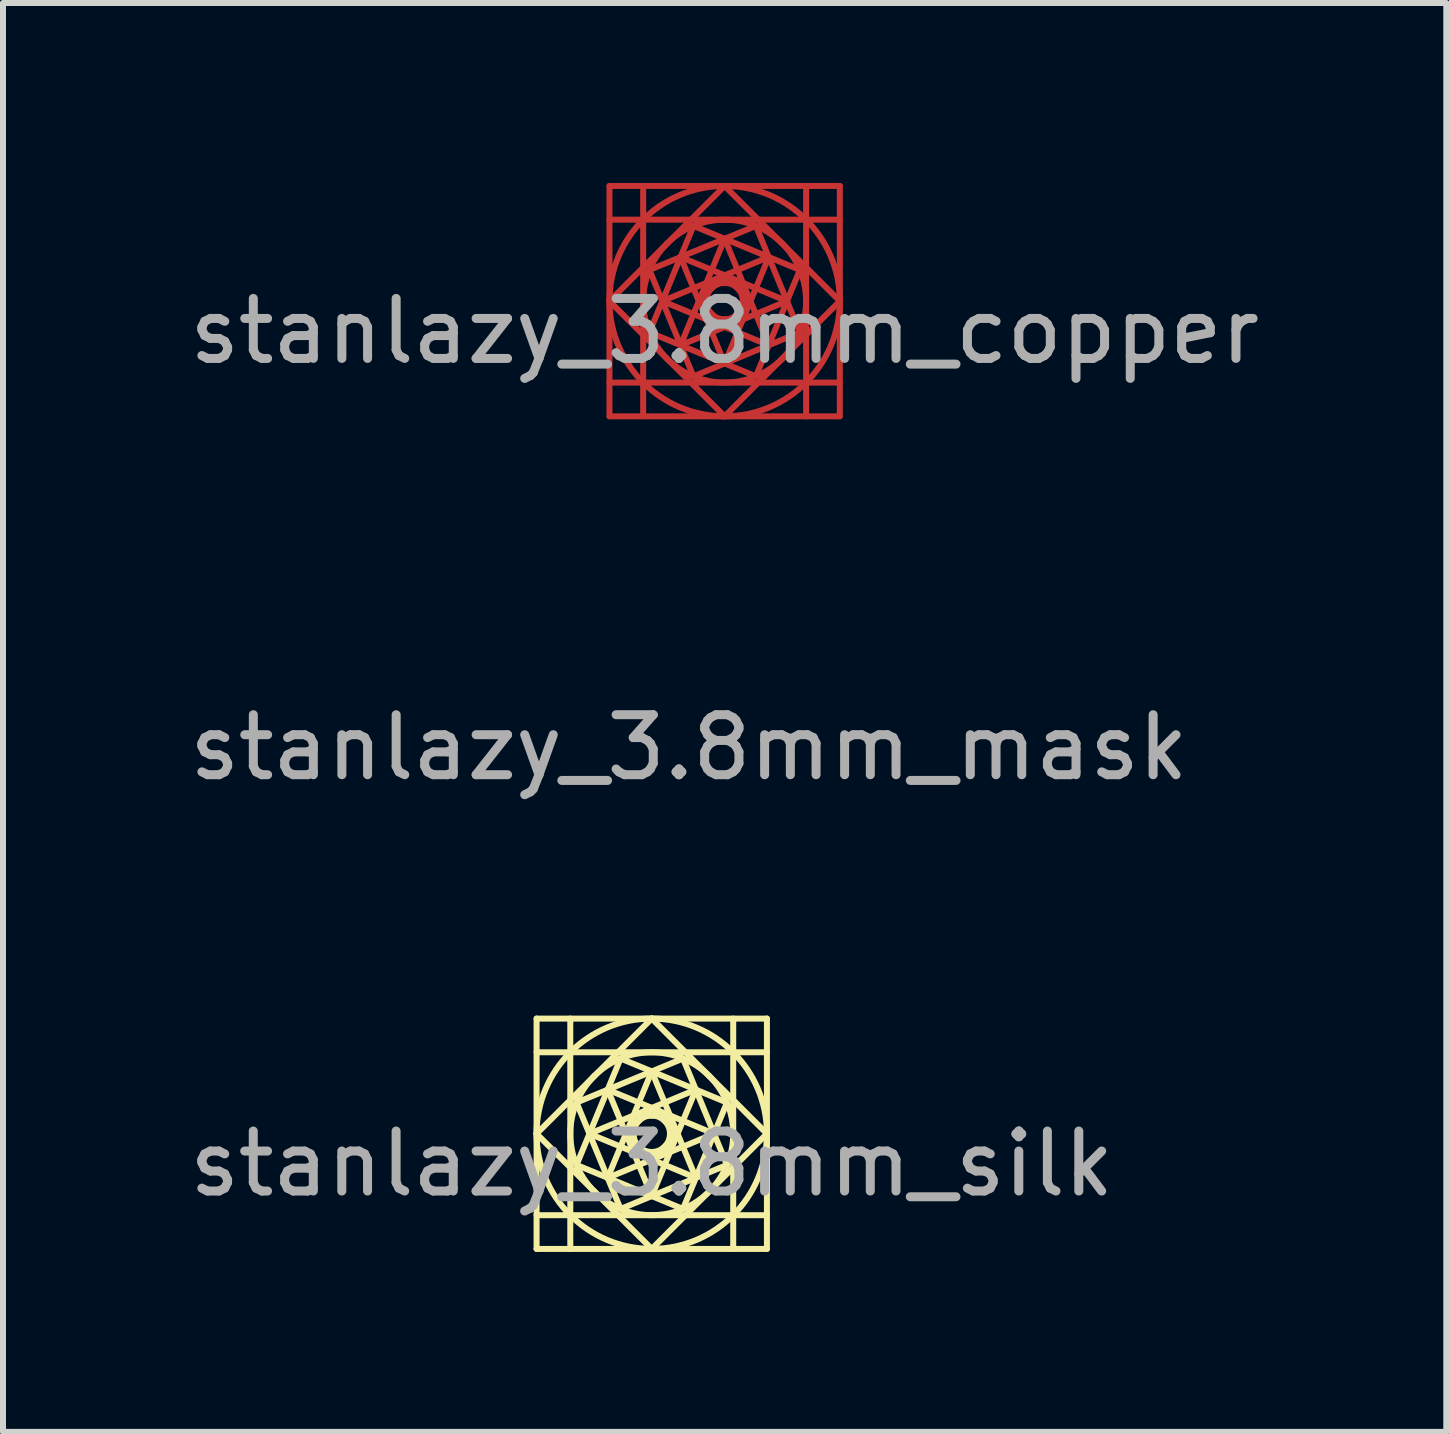
<source format=kicad_pcb>
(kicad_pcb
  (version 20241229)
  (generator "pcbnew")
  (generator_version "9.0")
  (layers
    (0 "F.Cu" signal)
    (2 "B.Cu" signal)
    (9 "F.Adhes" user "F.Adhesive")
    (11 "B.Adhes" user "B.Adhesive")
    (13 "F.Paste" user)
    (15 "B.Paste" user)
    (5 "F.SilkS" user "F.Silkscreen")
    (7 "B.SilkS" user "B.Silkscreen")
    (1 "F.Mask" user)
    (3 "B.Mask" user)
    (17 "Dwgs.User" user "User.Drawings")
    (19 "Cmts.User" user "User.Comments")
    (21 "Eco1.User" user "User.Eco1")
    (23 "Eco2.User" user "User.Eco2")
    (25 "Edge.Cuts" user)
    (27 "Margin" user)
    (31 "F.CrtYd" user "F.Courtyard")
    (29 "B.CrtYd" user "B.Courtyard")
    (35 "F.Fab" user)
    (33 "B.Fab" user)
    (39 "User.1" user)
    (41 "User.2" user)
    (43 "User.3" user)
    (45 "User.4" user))
  (footprint "stanlazy_3.8mm_mask"
    (layer "F.Cu")
    (at 8.435 8.91)
    (property "Reference" "stanlazy_3.8mm_mask" (at 0 0.5 0) (layer "F.Fab") (effects (font (size 1 1) (thickness 0.15))))
    (attr board_only exclude_from_pos_files exclude_from_bom)
    (fp_line (start -1.92 0) (end 0 -1.92) (stroke (width 0.1) (type solid)) (layer "F.Mask"))
    (fp_line (start -1.92 -1.92) (end 1.92 -1.92) (stroke (width 0.1) (type solid)) (layer "F.Mask"))
    (fp_line (start -1.92 -1.358) (end -1.358 -1.358) (stroke (width 0.1) (type solid)) (layer "F.Mask"))
    (fp_line (start -1.92 1.358) (end -1.358 1.358) (stroke (width 0.1) (type solid)) (layer "F.Mask"))
    (fp_line (start -1.92 1.92) (end -1.92 -1.92) (stroke (width 0.1) (type solid)) (layer "F.Mask"))
    (fp_line (start -1.358 -1.92) (end -1.358 -1.358) (stroke (width 0.1) (type solid)) (layer "F.Mask"))
    (fp_line (start -1.358 -1.358) (end 1.358 -1.358) (stroke (width 0.1) (type solid)) (layer "F.Mask"))
    (fp_line (start -1.358 1.358) (end -1.358 -1.358) (stroke (width 0.1) (type solid)) (layer "F.Mask"))
    (fp_line (start -1.358 1.92) (end -1.358 1.358) (stroke (width 0.1) (type solid)) (layer "F.Mask"))
    (fp_line (start -1.254 -0.52) (end 0.52 -1.254) (stroke (width 0.1) (type solid)) (layer "F.Mask"))
    (fp_line (start -1.254 0.52) (end -0.52 -1.254) (stroke (width 0.1) (type solid)) (layer "F.Mask"))
    (fp_line (start -1.039 0) (end 0.735 -0.735) (stroke (width 0.1) (type solid)) (layer "F.Mask"))
    (fp_line (start -0.735 -0.735) (end 0 1.039) (stroke (width 0.1) (type solid)) (layer "F.Mask"))
    (fp_line (start -0.735 -0.735) (end 1.039 0) (stroke (width 0.1) (type solid)) (layer "F.Mask"))
    (fp_line (start -0.735 0.735) (end 0 -1.039) (stroke (width 0.1) (type solid)) (layer "F.Mask"))
    (fp_line (start -0.52 -1.254) (end 1.254 -0.52) (stroke (width 0.1) (type solid)) (layer "F.Mask"))
    (fp_line (start -0.52 1.254) (end -1.254 -0.52) (stroke (width 0.1) (type solid)) (layer "F.Mask"))
    (fp_line (start -0.43 0) (end -0.000001 -0.43) (stroke (width 0.1) (type solid)) (layer "F.Mask"))
    (fp_line (start -0.304 -0.304) (end 0.304 -0.304) (stroke (width 0.1) (type solid)) (layer "F.Mask"))
    (fp_line (start -0.304 0.304) (end -0.304 -0.304) (stroke (width 0.1) (type solid)) (layer "F.Mask"))
    (fp_line (start -0.000001 -0.43) (end 0.43 0.000001) (stroke (width 0.1) (type solid)) (layer "F.Mask"))
    (fp_line (start -0.000001 0.43) (end -0.43 0) (stroke (width 0.1) (type solid)) (layer "F.Mask"))
    (fp_line (start -0.000001 1.92) (end -1.92 0) (stroke (width 0.1) (type solid)) (layer "F.Mask"))
    (fp_line (start 0 -1.92) (end 1.92 0) (stroke (width 0.1) (type solid)) (layer "F.Mask"))
    (fp_line (start 0 -1.039) (end 0.735 0.735) (stroke (width 0.1) (type solid)) (layer "F.Mask"))
    (fp_line (start 0.304 -0.304) (end 0.304 0.304) (stroke (width 0.1) (type solid)) (layer "F.Mask"))
    (fp_line (start 0.304 0.304) (end -0.304 0.304) (stroke (width 0.1) (type solid)) (layer "F.Mask"))
    (fp_line (start 0.43 0.000001) (end -0.000001 0.43) (stroke (width 0.1) (type solid)) (layer "F.Mask"))
    (fp_line (start 0.52 -1.254) (end 1.254 0.52) (stroke (width 0.1) (type solid)) (layer "F.Mask"))
    (fp_line (start 0.52 1.254) (end -1.254 0.52) (stroke (width 0.1) (type solid)) (layer "F.Mask"))
    (fp_line (start 0.735 -0.735) (end 0 1.039) (stroke (width 0.1) (type solid)) (layer "F.Mask"))
    (fp_line (start 0.735 0.735) (end -1.039 0) (stroke (width 0.1) (type solid)) (layer "F.Mask"))
    (fp_line (start 1.039 0) (end -0.735 0.735) (stroke (width 0.1) (type solid)) (layer "F.Mask"))
    (fp_line (start 1.254 -0.52) (end 0.52 1.254) (stroke (width 0.1) (type solid)) (layer "F.Mask"))
    (fp_line (start 1.254 0.52) (end -0.52 1.254) (stroke (width 0.1) (type solid)) (layer "F.Mask"))
    (fp_line (start 1.358 -1.358) (end 1.358 -1.92) (stroke (width 0.1) (type solid)) (layer "F.Mask"))
    (fp_line (start 1.358 -1.358) (end 1.358 1.358) (stroke (width 0.1) (type solid)) (layer "F.Mask"))
    (fp_line (start 1.358 1.358) (end -1.358 1.358) (stroke (width 0.1) (type solid)) (layer "F.Mask"))
    (fp_line (start 1.358 1.92) (end 1.358 1.358) (stroke (width 0.1) (type solid)) (layer "F.Mask"))
    (fp_line (start 1.92 -1.92) (end 1.92 1.92) (stroke (width 0.1) (type solid)) (layer "F.Mask"))
    (fp_line (start 1.92 -1.358) (end 1.358 -1.358) (stroke (width 0.1) (type solid)) (layer "F.Mask"))
    (fp_line (start 1.92 0) (end -0.000001 1.92) (stroke (width 0.1) (type solid)) (layer "F.Mask"))
    (fp_line (start 1.92 1.358) (end 1.358 1.358) (stroke (width 0.1) (type solid)) (layer "F.Mask"))
    (fp_line (start 1.92 1.92) (end -1.92 1.92) (stroke (width 0.1) (type solid)) (layer "F.Mask"))
    (fp_curve (pts (xy -1.92 0) (xy -1.92 -1.06) (xy -1.06 -1.92) (xy 0 -1.92)) (stroke (width 0.1) (type solid)) (layer "F.Mask"))
    (fp_curve (pts (xy -0.96 -0.96) (xy -0.43 -1.49) (xy 0.43 -1.49) (xy 0.96 -0.96)) (stroke (width 0.1) (type solid)) (layer "F.Mask"))
    (fp_curve (pts (xy -0.96 0.96) (xy -1.49 0.43) (xy -1.49 -0.43) (xy -0.96 -0.96)) (stroke (width 0.1) (type solid)) (layer "F.Mask"))
    (fp_curve (pts (xy -0.304 0.000001) (xy -0.304 -0.168) (xy -0.168 -0.304) (xy -0.000001 -0.304)) (stroke (width 0.1) (type solid)) (layer "F.Mask"))
    (fp_curve (pts (xy -0.000001 -0.304) (xy 0.168 -0.304) (xy 0.304 -0.168) (xy 0.304 0.000001)) (stroke (width 0.1) (type solid)) (layer "F.Mask"))
    (fp_curve (pts (xy -0.000001 0.304) (xy -0.168 0.304) (xy -0.304 0.168) (xy -0.304 0.000001)) (stroke (width 0.1) (type solid)) (layer "F.Mask"))
    (fp_curve (pts (xy 0 -1.92) (xy 1.06 -1.92) (xy 1.92 -1.06) (xy 1.92 0)) (stroke (width 0.1) (type solid)) (layer "F.Mask"))
    (fp_curve (pts (xy 0 1.92) (xy -1.06 1.92) (xy -1.92 1.06) (xy -1.92 0)) (stroke (width 0.1) (type solid)) (layer "F.Mask"))
    (fp_curve (pts (xy 0.304 0.000001) (xy 0.304 0.168) (xy 0.168 0.304) (xy -0.000001 0.304)) (stroke (width 0.1) (type solid)) (layer "F.Mask"))
    (fp_curve (pts (xy 0.96 -0.96) (xy 1.49 -0.43) (xy 1.49 0.43) (xy 0.96 0.96)) (stroke (width 0.1) (type solid)) (layer "F.Mask"))
    (fp_curve (pts (xy 0.96 0.96) (xy 0.43 1.49) (xy -0.43 1.49) (xy -0.96 0.96)) (stroke (width 0.1) (type solid)) (layer "F.Mask"))
    (fp_curve (pts (xy 1.92 0) (xy 1.92 1.06) (xy 1.06 1.92) (xy 0 1.92)) (stroke (width 0.1) (type solid)) (layer "F.Mask")))
  (footprint "stanlazy_3.8mm_copper"
    (layer "F.Cu")
    (at 9.03 1.97)
    (property "Reference" "stanlazy_3.8mm_copper" (at 0 0.5 0) (layer "F.Fab") (effects (font (size 1 1) (thickness 0.15))))
    (attr board_only exclude_from_pos_files exclude_from_bom)
    (fp_line (start -1.92 0) (end 0 -1.92) (stroke (width 0.1) (type solid)) (layer "F.Cu"))
    (fp_line (start -1.92 -1.92) (end 1.92 -1.92) (stroke (width 0.1) (type solid)) (layer "F.Cu"))
    (fp_line (start -1.92 -1.358) (end -1.358 -1.358) (stroke (width 0.1) (type solid)) (layer "F.Cu"))
    (fp_line (start -1.92 1.358) (end -1.358 1.358) (stroke (width 0.1) (type solid)) (layer "F.Cu"))
    (fp_line (start -1.92 1.92) (end -1.92 -1.92) (stroke (width 0.1) (type solid)) (layer "F.Cu"))
    (fp_line (start -1.358 -1.92) (end -1.358 -1.358) (stroke (width 0.1) (type solid)) (layer "F.Cu"))
    (fp_line (start -1.358 -1.358) (end 1.358 -1.358) (stroke (width 0.1) (type solid)) (layer "F.Cu"))
    (fp_line (start -1.358 1.358) (end -1.358 -1.358) (stroke (width 0.1) (type solid)) (layer "F.Cu"))
    (fp_line (start -1.358 1.92) (end -1.358 1.358) (stroke (width 0.1) (type solid)) (layer "F.Cu"))
    (fp_line (start -1.254 -0.52) (end 0.52 -1.254) (stroke (width 0.1) (type solid)) (layer "F.Cu"))
    (fp_line (start -1.254 0.52) (end -0.52 -1.254) (stroke (width 0.1) (type solid)) (layer "F.Cu"))
    (fp_line (start -1.039 0) (end 0.735 -0.735) (stroke (width 0.1) (type solid)) (layer "F.Cu"))
    (fp_line (start -0.735 -0.735) (end 0 1.039) (stroke (width 0.1) (type solid)) (layer "F.Cu"))
    (fp_line (start -0.735 -0.735) (end 1.039 0) (stroke (width 0.1) (type solid)) (layer "F.Cu"))
    (fp_line (start -0.735 0.735) (end 0 -1.039) (stroke (width 0.1) (type solid)) (layer "F.Cu"))
    (fp_line (start -0.52 -1.254) (end 1.254 -0.52) (stroke (width 0.1) (type solid)) (layer "F.Cu"))
    (fp_line (start -0.52 1.254) (end -1.254 -0.52) (stroke (width 0.1) (type solid)) (layer "F.Cu"))
    (fp_line (start -0.43 0) (end -0.000001 -0.43) (stroke (width 0.1) (type solid)) (layer "F.Cu"))
    (fp_line (start -0.304 -0.304) (end 0.304 -0.304) (stroke (width 0.1) (type solid)) (layer "F.Cu"))
    (fp_line (start -0.304 0.304) (end -0.304 -0.304) (stroke (width 0.1) (type solid)) (layer "F.Cu"))
    (fp_line (start -0.000001 -0.43) (end 0.43 0.000001) (stroke (width 0.1) (type solid)) (layer "F.Cu"))
    (fp_line (start -0.000001 0.43) (end -0.43 0) (stroke (width 0.1) (type solid)) (layer "F.Cu"))
    (fp_line (start -0.000001 1.92) (end -1.92 0) (stroke (width 0.1) (type solid)) (layer "F.Cu"))
    (fp_line (start 0 -1.92) (end 1.92 0) (stroke (width 0.1) (type solid)) (layer "F.Cu"))
    (fp_line (start 0 -1.039) (end 0.735 0.735) (stroke (width 0.1) (type solid)) (layer "F.Cu"))
    (fp_line (start 0.304 -0.304) (end 0.304 0.304) (stroke (width 0.1) (type solid)) (layer "F.Cu"))
    (fp_line (start 0.304 0.304) (end -0.304 0.304) (stroke (width 0.1) (type solid)) (layer "F.Cu"))
    (fp_line (start 0.43 0.000001) (end -0.000001 0.43) (stroke (width 0.1) (type solid)) (layer "F.Cu"))
    (fp_line (start 0.52 -1.254) (end 1.254 0.52) (stroke (width 0.1) (type solid)) (layer "F.Cu"))
    (fp_line (start 0.52 1.254) (end -1.254 0.52) (stroke (width 0.1) (type solid)) (layer "F.Cu"))
    (fp_line (start 0.735 -0.735) (end 0 1.039) (stroke (width 0.1) (type solid)) (layer "F.Cu"))
    (fp_line (start 0.735 0.735) (end -1.039 0) (stroke (width 0.1) (type solid)) (layer "F.Cu"))
    (fp_line (start 1.039 0) (end -0.735 0.735) (stroke (width 0.1) (type solid)) (layer "F.Cu"))
    (fp_line (start 1.254 -0.52) (end 0.52 1.254) (stroke (width 0.1) (type solid)) (layer "F.Cu"))
    (fp_line (start 1.254 0.52) (end -0.52 1.254) (stroke (width 0.1) (type solid)) (layer "F.Cu"))
    (fp_line (start 1.358 -1.358) (end 1.358 -1.92) (stroke (width 0.1) (type solid)) (layer "F.Cu"))
    (fp_line (start 1.358 -1.358) (end 1.358 1.358) (stroke (width 0.1) (type solid)) (layer "F.Cu"))
    (fp_line (start 1.358 1.358) (end -1.358 1.358) (stroke (width 0.1) (type solid)) (layer "F.Cu"))
    (fp_line (start 1.358 1.92) (end 1.358 1.358) (stroke (width 0.1) (type solid)) (layer "F.Cu"))
    (fp_line (start 1.92 -1.92) (end 1.92 1.92) (stroke (width 0.1) (type solid)) (layer "F.Cu"))
    (fp_line (start 1.92 -1.358) (end 1.358 -1.358) (stroke (width 0.1) (type solid)) (layer "F.Cu"))
    (fp_line (start 1.92 0) (end -0.000001 1.92) (stroke (width 0.1) (type solid)) (layer "F.Cu"))
    (fp_line (start 1.92 1.358) (end 1.358 1.358) (stroke (width 0.1) (type solid)) (layer "F.Cu"))
    (fp_line (start 1.92 1.92) (end -1.92 1.92) (stroke (width 0.1) (type solid)) (layer "F.Cu"))
    (fp_curve (pts (xy -1.92 0) (xy -1.92 -1.06) (xy -1.06 -1.92) (xy 0 -1.92)) (stroke (width 0.1) (type solid)) (layer "F.Cu"))
    (fp_curve (pts (xy -0.96 -0.96) (xy -0.43 -1.49) (xy 0.43 -1.49) (xy 0.96 -0.96)) (stroke (width 0.1) (type solid)) (layer "F.Cu"))
    (fp_curve (pts (xy -0.96 0.96) (xy -1.49 0.43) (xy -1.49 -0.43) (xy -0.96 -0.96)) (stroke (width 0.1) (type solid)) (layer "F.Cu"))
    (fp_curve (pts (xy -0.304 0.000001) (xy -0.304 -0.168) (xy -0.168 -0.304) (xy -0.000001 -0.304)) (stroke (width 0.1) (type solid)) (layer "F.Cu"))
    (fp_curve (pts (xy -0.000001 -0.304) (xy 0.168 -0.304) (xy 0.304 -0.168) (xy 0.304 0.000001)) (stroke (width 0.1) (type solid)) (layer "F.Cu"))
    (fp_curve (pts (xy -0.000001 0.304) (xy -0.168 0.304) (xy -0.304 0.168) (xy -0.304 0.000001)) (stroke (width 0.1) (type solid)) (layer "F.Cu"))
    (fp_curve (pts (xy 0 -1.92) (xy 1.06 -1.92) (xy 1.92 -1.06) (xy 1.92 0)) (stroke (width 0.1) (type solid)) (layer "F.Cu"))
    (fp_curve (pts (xy 0 1.92) (xy -1.06 1.92) (xy -1.92 1.06) (xy -1.92 0)) (stroke (width 0.1) (type solid)) (layer "F.Cu"))
    (fp_curve (pts (xy 0.304 0.000001) (xy 0.304 0.168) (xy 0.168 0.304) (xy -0.000001 0.304)) (stroke (width 0.1) (type solid)) (layer "F.Cu"))
    (fp_curve (pts (xy 0.96 -0.96) (xy 1.49 -0.43) (xy 1.49 0.43) (xy 0.96 0.96)) (stroke (width 0.1) (type solid)) (layer "F.Cu"))
    (fp_curve (pts (xy 0.96 0.96) (xy 0.43 1.49) (xy -0.43 1.49) (xy -0.96 0.96)) (stroke (width 0.1) (type solid)) (layer "F.Cu"))
    (fp_curve (pts (xy 1.92 0) (xy 1.92 1.06) (xy 1.06 1.92) (xy 0 1.92)) (stroke (width 0.1) (type solid)) (layer "F.Cu")))
  (footprint "stanlazy_3.8mm_silk"
    (layer "F.Cu")
    (at 7.815 15.85)
    (property "Reference" "stanlazy_3.8mm_silk" (at 0 0.5 0) (layer "F.Fab") (effects (font (size 1 1) (thickness 0.15))))
    (attr board_only exclude_from_pos_files exclude_from_bom)
    (fp_line (start -1.92 0) (end 0 -1.92) (stroke (width 0.1) (type solid)) (layer "F.SilkS"))
    (fp_line (start -1.92 -1.92) (end 1.92 -1.92) (stroke (width 0.1) (type solid)) (layer "F.SilkS"))
    (fp_line (start -1.92 -1.358) (end -1.358 -1.358) (stroke (width 0.1) (type solid)) (layer "F.SilkS"))
    (fp_line (start -1.92 1.358) (end -1.358 1.358) (stroke (width 0.1) (type solid)) (layer "F.SilkS"))
    (fp_line (start -1.92 1.92) (end -1.92 -1.92) (stroke (width 0.1) (type solid)) (layer "F.SilkS"))
    (fp_line (start -1.358 -1.92) (end -1.358 -1.358) (stroke (width 0.1) (type solid)) (layer "F.SilkS"))
    (fp_line (start -1.358 -1.358) (end 1.358 -1.358) (stroke (width 0.1) (type solid)) (layer "F.SilkS"))
    (fp_line (start -1.358 1.358) (end -1.358 -1.358) (stroke (width 0.1) (type solid)) (layer "F.SilkS"))
    (fp_line (start -1.358 1.92) (end -1.358 1.358) (stroke (width 0.1) (type solid)) (layer "F.SilkS"))
    (fp_line (start -1.254 -0.52) (end 0.52 -1.254) (stroke (width 0.1) (type solid)) (layer "F.SilkS"))
    (fp_line (start -1.254 0.52) (end -0.52 -1.254) (stroke (width 0.1) (type solid)) (layer "F.SilkS"))
    (fp_line (start -1.039 0) (end 0.735 -0.735) (stroke (width 0.1) (type solid)) (layer "F.SilkS"))
    (fp_line (start -0.735 -0.735) (end 0 1.039) (stroke (width 0.1) (type solid)) (layer "F.SilkS"))
    (fp_line (start -0.735 -0.735) (end 1.039 0) (stroke (width 0.1) (type solid)) (layer "F.SilkS"))
    (fp_line (start -0.735 0.735) (end 0 -1.039) (stroke (width 0.1) (type solid)) (layer "F.SilkS"))
    (fp_line (start -0.52 -1.254) (end 1.254 -0.52) (stroke (width 0.1) (type solid)) (layer "F.SilkS"))
    (fp_line (start -0.52 1.254) (end -1.254 -0.52) (stroke (width 0.1) (type solid)) (layer "F.SilkS"))
    (fp_line (start -0.43 0) (end -0.000001 -0.43) (stroke (width 0.1) (type solid)) (layer "F.SilkS"))
    (fp_line (start -0.304 -0.304) (end 0.304 -0.304) (stroke (width 0.1) (type solid)) (layer "F.SilkS"))
    (fp_line (start -0.304 0.304) (end -0.304 -0.304) (stroke (width 0.1) (type solid)) (layer "F.SilkS"))
    (fp_line (start -0.000001 -0.43) (end 0.43 0.000001) (stroke (width 0.1) (type solid)) (layer "F.SilkS"))
    (fp_line (start -0.000001 0.43) (end -0.43 0) (stroke (width 0.1) (type solid)) (layer "F.SilkS"))
    (fp_line (start -0.000001 1.92) (end -1.92 0) (stroke (width 0.1) (type solid)) (layer "F.SilkS"))
    (fp_line (start 0 -1.92) (end 1.92 0) (stroke (width 0.1) (type solid)) (layer "F.SilkS"))
    (fp_line (start 0 -1.039) (end 0.735 0.735) (stroke (width 0.1) (type solid)) (layer "F.SilkS"))
    (fp_line (start 0.304 -0.304) (end 0.304 0.304) (stroke (width 0.1) (type solid)) (layer "F.SilkS"))
    (fp_line (start 0.304 0.304) (end -0.304 0.304) (stroke (width 0.1) (type solid)) (layer "F.SilkS"))
    (fp_line (start 0.43 0.000001) (end -0.000001 0.43) (stroke (width 0.1) (type solid)) (layer "F.SilkS"))
    (fp_line (start 0.52 -1.254) (end 1.254 0.52) (stroke (width 0.1) (type solid)) (layer "F.SilkS"))
    (fp_line (start 0.52 1.254) (end -1.254 0.52) (stroke (width 0.1) (type solid)) (layer "F.SilkS"))
    (fp_line (start 0.735 -0.735) (end 0 1.039) (stroke (width 0.1) (type solid)) (layer "F.SilkS"))
    (fp_line (start 0.735 0.735) (end -1.039 0) (stroke (width 0.1) (type solid)) (layer "F.SilkS"))
    (fp_line (start 1.039 0) (end -0.735 0.735) (stroke (width 0.1) (type solid)) (layer "F.SilkS"))
    (fp_line (start 1.254 -0.52) (end 0.52 1.254) (stroke (width 0.1) (type solid)) (layer "F.SilkS"))
    (fp_line (start 1.254 0.52) (end -0.52 1.254) (stroke (width 0.1) (type solid)) (layer "F.SilkS"))
    (fp_line (start 1.358 -1.358) (end 1.358 -1.92) (stroke (width 0.1) (type solid)) (layer "F.SilkS"))
    (fp_line (start 1.358 -1.358) (end 1.358 1.358) (stroke (width 0.1) (type solid)) (layer "F.SilkS"))
    (fp_line (start 1.358 1.358) (end -1.358 1.358) (stroke (width 0.1) (type solid)) (layer "F.SilkS"))
    (fp_line (start 1.358 1.92) (end 1.358 1.358) (stroke (width 0.1) (type solid)) (layer "F.SilkS"))
    (fp_line (start 1.92 -1.92) (end 1.92 1.92) (stroke (width 0.1) (type solid)) (layer "F.SilkS"))
    (fp_line (start 1.92 -1.358) (end 1.358 -1.358) (stroke (width 0.1) (type solid)) (layer "F.SilkS"))
    (fp_line (start 1.92 0) (end -0.000001 1.92) (stroke (width 0.1) (type solid)) (layer "F.SilkS"))
    (fp_line (start 1.92 1.358) (end 1.358 1.358) (stroke (width 0.1) (type solid)) (layer "F.SilkS"))
    (fp_line (start 1.92 1.92) (end -1.92 1.92) (stroke (width 0.1) (type solid)) (layer "F.SilkS"))
    (fp_curve (pts (xy -1.92 0) (xy -1.92 -1.06) (xy -1.06 -1.92) (xy 0 -1.92)) (stroke (width 0.1) (type solid)) (layer "F.SilkS"))
    (fp_curve (pts (xy -0.96 -0.96) (xy -0.43 -1.49) (xy 0.43 -1.49) (xy 0.96 -0.96)) (stroke (width 0.1) (type solid)) (layer "F.SilkS"))
    (fp_curve (pts (xy -0.96 0.96) (xy -1.49 0.43) (xy -1.49 -0.43) (xy -0.96 -0.96)) (stroke (width 0.1) (type solid)) (layer "F.SilkS"))
    (fp_curve (pts (xy -0.304 0.000001) (xy -0.304 -0.168) (xy -0.168 -0.304) (xy -0.000001 -0.304)) (stroke (width 0.1) (type solid)) (layer "F.SilkS"))
    (fp_curve (pts (xy -0.000001 -0.304) (xy 0.168 -0.304) (xy 0.304 -0.168) (xy 0.304 0.000001)) (stroke (width 0.1) (type solid)) (layer "F.SilkS"))
    (fp_curve (pts (xy -0.000001 0.304) (xy -0.168 0.304) (xy -0.304 0.168) (xy -0.304 0.000001)) (stroke (width 0.1) (type solid)) (layer "F.SilkS"))
    (fp_curve (pts (xy 0 -1.92) (xy 1.06 -1.92) (xy 1.92 -1.06) (xy 1.92 0)) (stroke (width 0.1) (type solid)) (layer "F.SilkS"))
    (fp_curve (pts (xy 0 1.92) (xy -1.06 1.92) (xy -1.92 1.06) (xy -1.92 0)) (stroke (width 0.1) (type solid)) (layer "F.SilkS"))
    (fp_curve (pts (xy 0.304 0.000001) (xy 0.304 0.168) (xy 0.168 0.304) (xy -0.000001 0.304)) (stroke (width 0.1) (type solid)) (layer "F.SilkS"))
    (fp_curve (pts (xy 0.96 -0.96) (xy 1.49 -0.43) (xy 1.49 0.43) (xy 0.96 0.96)) (stroke (width 0.1) (type solid)) (layer "F.SilkS"))
    (fp_curve (pts (xy 0.96 0.96) (xy 0.43 1.49) (xy -0.43 1.49) (xy -0.96 0.96)) (stroke (width 0.1) (type solid)) (layer "F.SilkS"))
    (fp_curve (pts (xy 1.92 0) (xy 1.92 1.06) (xy 1.06 1.92) (xy 0 1.92)) (stroke (width 0.1) (type solid)) (layer "F.SilkS")))
  (gr_rect
    (start -3 -3)
    (end 21.06 20.82)
    (stroke (width 0.1) (type default))
    (fill no)
    (layer "Edge.Cuts")))
</source>
